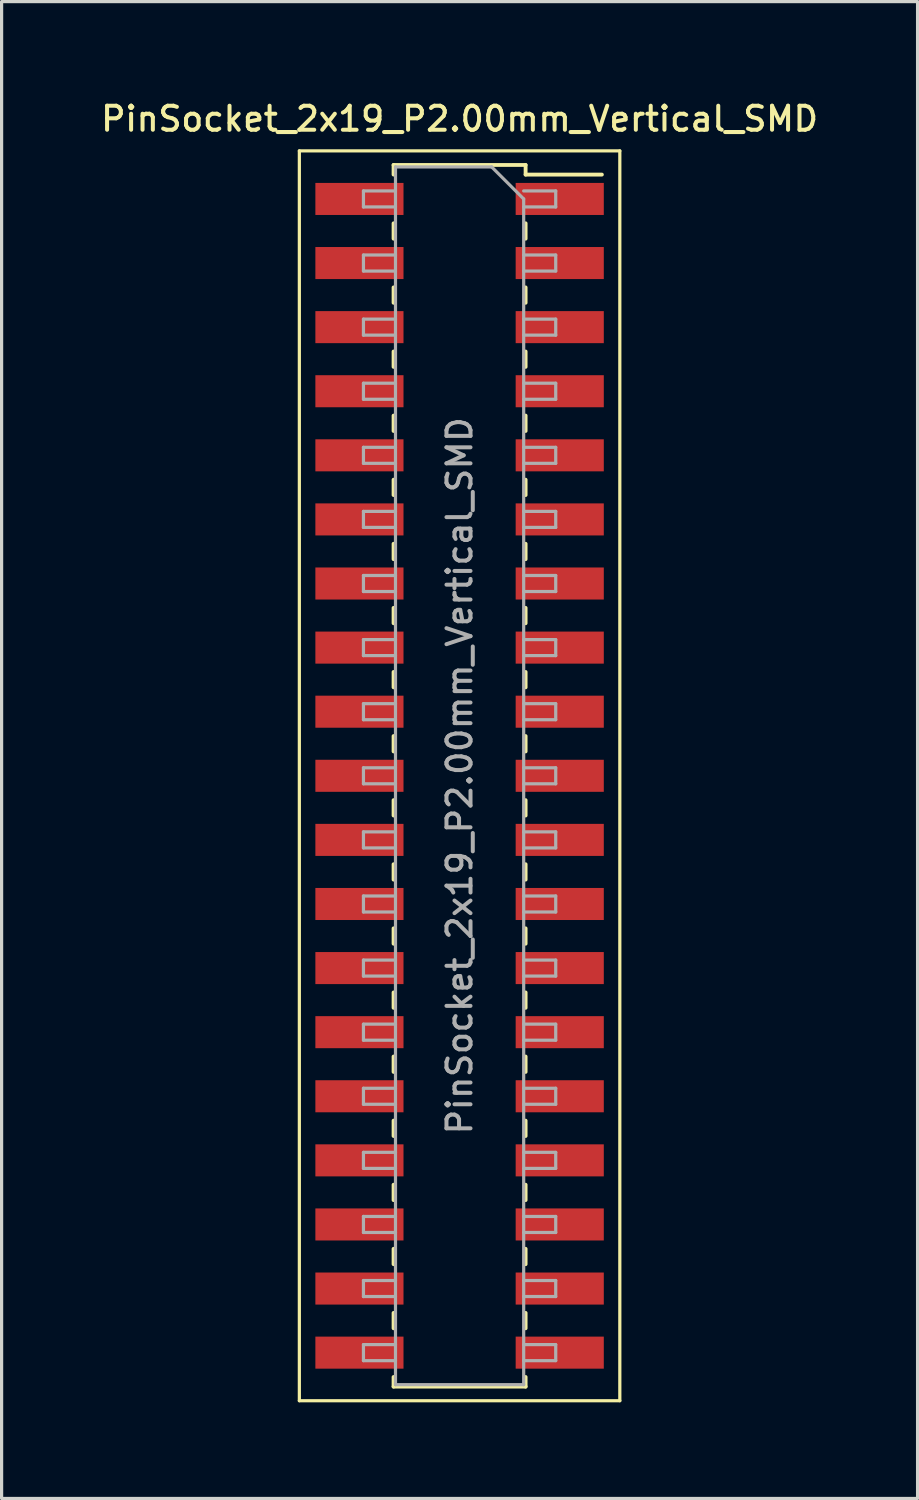
<source format=kicad_pcb>
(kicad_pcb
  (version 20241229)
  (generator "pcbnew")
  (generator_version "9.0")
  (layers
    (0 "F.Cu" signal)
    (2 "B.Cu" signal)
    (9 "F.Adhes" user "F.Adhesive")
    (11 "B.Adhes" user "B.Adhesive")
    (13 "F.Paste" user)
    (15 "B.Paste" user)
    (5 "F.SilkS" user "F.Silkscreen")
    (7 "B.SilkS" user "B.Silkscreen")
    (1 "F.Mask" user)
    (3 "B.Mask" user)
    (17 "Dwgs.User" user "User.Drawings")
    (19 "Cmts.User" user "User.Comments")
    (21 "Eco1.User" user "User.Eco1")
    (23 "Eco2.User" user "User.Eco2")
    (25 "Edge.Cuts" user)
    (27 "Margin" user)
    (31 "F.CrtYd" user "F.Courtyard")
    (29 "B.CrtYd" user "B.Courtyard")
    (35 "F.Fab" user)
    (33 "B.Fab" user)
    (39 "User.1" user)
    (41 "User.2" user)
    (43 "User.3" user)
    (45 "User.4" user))
  (footprint "PinSocket_2x19_P2.00mm_Vertical_SMD"
    (layer "F.Cu")
    (at 11.291 21.158)
    (property "Reference" "PinSocket_2x19_P2.00mm_Vertical_SMD" (at 0 -20.5 0) (layer "F.SilkS") (effects (font (size 0.75 0.75) (thickness 0.125))))
    (attr smd)
    (fp_line (start -5 -19.5) (end 5 -19.5) (stroke (width 0.1) (type solid)) (layer "F.SilkS"))
    (fp_line (start -5 19.5) (end -5 -19.5) (stroke (width 0.1) (type solid)) (layer "F.SilkS"))
    (fp_line (start -2.06 -19.06) (end -2.06 -18.76) (stroke (width 0.12) (type solid)) (layer "F.SilkS"))
    (fp_line (start -2.06 -19.06) (end 2.06 -19.06) (stroke (width 0.12) (type solid)) (layer "F.SilkS"))
    (fp_line (start -2.06 -17.24) (end -2.06 -16.76) (stroke (width 0.12) (type solid)) (layer "F.SilkS"))
    (fp_line (start -2.06 -15.24) (end -2.06 -14.76) (stroke (width 0.12) (type solid)) (layer "F.SilkS"))
    (fp_line (start -2.06 -13.24) (end -2.06 -12.76) (stroke (width 0.12) (type solid)) (layer "F.SilkS"))
    (fp_line (start -2.06 -11.24) (end -2.06 -10.76) (stroke (width 0.12) (type solid)) (layer "F.SilkS"))
    (fp_line (start -2.06 -9.24) (end -2.06 -8.76) (stroke (width 0.12) (type solid)) (layer "F.SilkS"))
    (fp_line (start -2.06 -7.24) (end -2.06 -6.76) (stroke (width 0.12) (type solid)) (layer "F.SilkS"))
    (fp_line (start -2.06 -5.24) (end -2.06 -4.76) (stroke (width 0.12) (type solid)) (layer "F.SilkS"))
    (fp_line (start -2.06 -3.24) (end -2.06 -2.76) (stroke (width 0.12) (type solid)) (layer "F.SilkS"))
    (fp_line (start -2.06 -1.24) (end -2.06 -0.76) (stroke (width 0.12) (type solid)) (layer "F.SilkS"))
    (fp_line (start -2.06 0.76) (end -2.06 1.24) (stroke (width 0.12) (type solid)) (layer "F.SilkS"))
    (fp_line (start -2.06 2.76) (end -2.06 3.24) (stroke (width 0.12) (type solid)) (layer "F.SilkS"))
    (fp_line (start -2.06 4.76) (end -2.06 5.24) (stroke (width 0.12) (type solid)) (layer "F.SilkS"))
    (fp_line (start -2.06 6.76) (end -2.06 7.24) (stroke (width 0.12) (type solid)) (layer "F.SilkS"))
    (fp_line (start -2.06 8.76) (end -2.06 9.24) (stroke (width 0.12) (type solid)) (layer "F.SilkS"))
    (fp_line (start -2.06 10.76) (end -2.06 11.24) (stroke (width 0.12) (type solid)) (layer "F.SilkS"))
    (fp_line (start -2.06 12.76) (end -2.06 13.24) (stroke (width 0.12) (type solid)) (layer "F.SilkS"))
    (fp_line (start -2.06 14.76) (end -2.06 15.24) (stroke (width 0.12) (type solid)) (layer "F.SilkS"))
    (fp_line (start -2.06 16.76) (end -2.06 17.24) (stroke (width 0.12) (type solid)) (layer "F.SilkS"))
    (fp_line (start -2.06 18.76) (end -2.06 19.06) (stroke (width 0.12) (type solid)) (layer "F.SilkS"))
    (fp_line (start -2.06 19.06) (end 2.06 19.06) (stroke (width 0.12) (type solid)) (layer "F.SilkS"))
    (fp_line (start 2.06 -19.06) (end 2.06 -18.76) (stroke (width 0.12) (type solid)) (layer "F.SilkS"))
    (fp_line (start 2.06 -18.76) (end 4.44 -18.76) (stroke (width 0.12) (type solid)) (layer "F.SilkS"))
    (fp_line (start 2.06 -17.24) (end 2.06 -16.76) (stroke (width 0.12) (type solid)) (layer "F.SilkS"))
    (fp_line (start 2.06 -15.24) (end 2.06 -14.76) (stroke (width 0.12) (type solid)) (layer "F.SilkS"))
    (fp_line (start 2.06 -13.24) (end 2.06 -12.76) (stroke (width 0.12) (type solid)) (layer "F.SilkS"))
    (fp_line (start 2.06 -11.24) (end 2.06 -10.76) (stroke (width 0.12) (type solid)) (layer "F.SilkS"))
    (fp_line (start 2.06 -9.24) (end 2.06 -8.76) (stroke (width 0.12) (type solid)) (layer "F.SilkS"))
    (fp_line (start 2.06 -7.24) (end 2.06 -6.76) (stroke (width 0.12) (type solid)) (layer "F.SilkS"))
    (fp_line (start 2.06 -5.24) (end 2.06 -4.76) (stroke (width 0.12) (type solid)) (layer "F.SilkS"))
    (fp_line (start 2.06 -3.24) (end 2.06 -2.76) (stroke (width 0.12) (type solid)) (layer "F.SilkS"))
    (fp_line (start 2.06 -1.24) (end 2.06 -0.76) (stroke (width 0.12) (type solid)) (layer "F.SilkS"))
    (fp_line (start 2.06 0.76) (end 2.06 1.24) (stroke (width 0.12) (type solid)) (layer "F.SilkS"))
    (fp_line (start 2.06 2.76) (end 2.06 3.24) (stroke (width 0.12) (type solid)) (layer "F.SilkS"))
    (fp_line (start 2.06 4.76) (end 2.06 5.24) (stroke (width 0.12) (type solid)) (layer "F.SilkS"))
    (fp_line (start 2.06 6.76) (end 2.06 7.24) (stroke (width 0.12) (type solid)) (layer "F.SilkS"))
    (fp_line (start 2.06 8.76) (end 2.06 9.24) (stroke (width 0.12) (type solid)) (layer "F.SilkS"))
    (fp_line (start 2.06 10.76) (end 2.06 11.24) (stroke (width 0.12) (type solid)) (layer "F.SilkS"))
    (fp_line (start 2.06 12.76) (end 2.06 13.24) (stroke (width 0.12) (type solid)) (layer "F.SilkS"))
    (fp_line (start 2.06 14.76) (end 2.06 15.24) (stroke (width 0.12) (type solid)) (layer "F.SilkS"))
    (fp_line (start 2.06 16.76) (end 2.06 17.24) (stroke (width 0.12) (type solid)) (layer "F.SilkS"))
    (fp_line (start 2.06 18.76) (end 2.06 19.06) (stroke (width 0.12) (type solid)) (layer "F.SilkS"))
    (fp_line (start 5 -19.5) (end 5 19.5) (stroke (width 0.1) (type solid)) (layer "F.SilkS"))
    (fp_line (start 5 19.5) (end -5 19.5) (stroke (width 0.1) (type solid)) (layer "F.SilkS"))
    (fp_line (start -3 -18.25) (end -2 -18.25) (stroke (width 0.1) (type solid)) (layer "F.Fab"))
    (fp_line (start -3 -17.75) (end -3 -18.25) (stroke (width 0.1) (type solid)) (layer "F.Fab"))
    (fp_line (start -3 -16.25) (end -2 -16.25) (stroke (width 0.1) (type solid)) (layer "F.Fab"))
    (fp_line (start -3 -15.75) (end -3 -16.25) (stroke (width 0.1) (type solid)) (layer "F.Fab"))
    (fp_line (start -3 -14.25) (end -2 -14.25) (stroke (width 0.1) (type solid)) (layer "F.Fab"))
    (fp_line (start -3 -13.75) (end -3 -14.25) (stroke (width 0.1) (type solid)) (layer "F.Fab"))
    (fp_line (start -3 -12.25) (end -2 -12.25) (stroke (width 0.1) (type solid)) (layer "F.Fab"))
    (fp_line (start -3 -11.75) (end -3 -12.25) (stroke (width 0.1) (type solid)) (layer "F.Fab"))
    (fp_line (start -3 -10.25) (end -2 -10.25) (stroke (width 0.1) (type solid)) (layer "F.Fab"))
    (fp_line (start -3 -9.75) (end -3 -10.25) (stroke (width 0.1) (type solid)) (layer "F.Fab"))
    (fp_line (start -3 -8.25) (end -2 -8.25) (stroke (width 0.1) (type solid)) (layer "F.Fab"))
    (fp_line (start -3 -7.75) (end -3 -8.25) (stroke (width 0.1) (type solid)) (layer "F.Fab"))
    (fp_line (start -3 -6.25) (end -2 -6.25) (stroke (width 0.1) (type solid)) (layer "F.Fab"))
    (fp_line (start -3 -5.75) (end -3 -6.25) (stroke (width 0.1) (type solid)) (layer "F.Fab"))
    (fp_line (start -3 -4.25) (end -2 -4.25) (stroke (width 0.1) (type solid)) (layer "F.Fab"))
    (fp_line (start -3 -3.75) (end -3 -4.25) (stroke (width 0.1) (type solid)) (layer "F.Fab"))
    (fp_line (start -3 -2.25) (end -2 -2.25) (stroke (width 0.1) (type solid)) (layer "F.Fab"))
    (fp_line (start -3 -1.75) (end -3 -2.25) (stroke (width 0.1) (type solid)) (layer "F.Fab"))
    (fp_line (start -3 -0.25) (end -2 -0.25) (stroke (width 0.1) (type solid)) (layer "F.Fab"))
    (fp_line (start -3 0.25) (end -3 -0.25) (stroke (width 0.1) (type solid)) (layer "F.Fab"))
    (fp_line (start -3 1.75) (end -2 1.75) (stroke (width 0.1) (type solid)) (layer "F.Fab"))
    (fp_line (start -3 2.25) (end -3 1.75) (stroke (width 0.1) (type solid)) (layer "F.Fab"))
    (fp_line (start -3 3.75) (end -2 3.75) (stroke (width 0.1) (type solid)) (layer "F.Fab"))
    (fp_line (start -3 4.25) (end -3 3.75) (stroke (width 0.1) (type solid)) (layer "F.Fab"))
    (fp_line (start -3 5.75) (end -2 5.75) (stroke (width 0.1) (type solid)) (layer "F.Fab"))
    (fp_line (start -3 6.25) (end -3 5.75) (stroke (width 0.1) (type solid)) (layer "F.Fab"))
    (fp_line (start -3 7.75) (end -2 7.75) (stroke (width 0.1) (type solid)) (layer "F.Fab"))
    (fp_line (start -3 8.25) (end -3 7.75) (stroke (width 0.1) (type solid)) (layer "F.Fab"))
    (fp_line (start -3 9.75) (end -2 9.75) (stroke (width 0.1) (type solid)) (layer "F.Fab"))
    (fp_line (start -3 10.25) (end -3 9.75) (stroke (width 0.1) (type solid)) (layer "F.Fab"))
    (fp_line (start -3 11.75) (end -2 11.75) (stroke (width 0.1) (type solid)) (layer "F.Fab"))
    (fp_line (start -3 12.25) (end -3 11.75) (stroke (width 0.1) (type solid)) (layer "F.Fab"))
    (fp_line (start -3 13.75) (end -2 13.75) (stroke (width 0.1) (type solid)) (layer "F.Fab"))
    (fp_line (start -3 14.25) (end -3 13.75) (stroke (width 0.1) (type solid)) (layer "F.Fab"))
    (fp_line (start -3 15.75) (end -2 15.75) (stroke (width 0.1) (type solid)) (layer "F.Fab"))
    (fp_line (start -3 16.25) (end -3 15.75) (stroke (width 0.1) (type solid)) (layer "F.Fab"))
    (fp_line (start -3 17.75) (end -2 17.75) (stroke (width 0.1) (type solid)) (layer "F.Fab"))
    (fp_line (start -3 18.25) (end -3 17.75) (stroke (width 0.1) (type solid)) (layer "F.Fab"))
    (fp_line (start -2 -19) (end 1 -19) (stroke (width 0.1) (type solid)) (layer "F.Fab"))
    (fp_line (start -2 -17.75) (end -3 -17.75) (stroke (width 0.1) (type solid)) (layer "F.Fab"))
    (fp_line (start -2 -15.75) (end -3 -15.75) (stroke (width 0.1) (type solid)) (layer "F.Fab"))
    (fp_line (start -2 -13.75) (end -3 -13.75) (stroke (width 0.1) (type solid)) (layer "F.Fab"))
    (fp_line (start -2 -11.75) (end -3 -11.75) (stroke (width 0.1) (type solid)) (layer "F.Fab"))
    (fp_line (start -2 -9.75) (end -3 -9.75) (stroke (width 0.1) (type solid)) (layer "F.Fab"))
    (fp_line (start -2 -7.75) (end -3 -7.75) (stroke (width 0.1) (type solid)) (layer "F.Fab"))
    (fp_line (start -2 -5.75) (end -3 -5.75) (stroke (width 0.1) (type solid)) (layer "F.Fab"))
    (fp_line (start -2 -3.75) (end -3 -3.75) (stroke (width 0.1) (type solid)) (layer "F.Fab"))
    (fp_line (start -2 -1.75) (end -3 -1.75) (stroke (width 0.1) (type solid)) (layer "F.Fab"))
    (fp_line (start -2 0.25) (end -3 0.25) (stroke (width 0.1) (type solid)) (layer "F.Fab"))
    (fp_line (start -2 2.25) (end -3 2.25) (stroke (width 0.1) (type solid)) (layer "F.Fab"))
    (fp_line (start -2 4.25) (end -3 4.25) (stroke (width 0.1) (type solid)) (layer "F.Fab"))
    (fp_line (start -2 6.25) (end -3 6.25) (stroke (width 0.1) (type solid)) (layer "F.Fab"))
    (fp_line (start -2 8.25) (end -3 8.25) (stroke (width 0.1) (type solid)) (layer "F.Fab"))
    (fp_line (start -2 10.25) (end -3 10.25) (stroke (width 0.1) (type solid)) (layer "F.Fab"))
    (fp_line (start -2 12.25) (end -3 12.25) (stroke (width 0.1) (type solid)) (layer "F.Fab"))
    (fp_line (start -2 14.25) (end -3 14.25) (stroke (width 0.1) (type solid)) (layer "F.Fab"))
    (fp_line (start -2 16.25) (end -3 16.25) (stroke (width 0.1) (type solid)) (layer "F.Fab"))
    (fp_line (start -2 18.25) (end -3 18.25) (stroke (width 0.1) (type solid)) (layer "F.Fab"))
    (fp_line (start -2 19) (end -2 -19) (stroke (width 0.1) (type solid)) (layer "F.Fab"))
    (fp_line (start 1 -19) (end 2 -18) (stroke (width 0.1) (type solid)) (layer "F.Fab"))
    (fp_line (start 2 -18.25) (end 3 -18.25) (stroke (width 0.1) (type solid)) (layer "F.Fab"))
    (fp_line (start 2 -18) (end 2 19) (stroke (width 0.1) (type solid)) (layer "F.Fab"))
    (fp_line (start 2 -16.25) (end 3 -16.25) (stroke (width 0.1) (type solid)) (layer "F.Fab"))
    (fp_line (start 2 -14.25) (end 3 -14.25) (stroke (width 0.1) (type solid)) (layer "F.Fab"))
    (fp_line (start 2 -12.25) (end 3 -12.25) (stroke (width 0.1) (type solid)) (layer "F.Fab"))
    (fp_line (start 2 -10.25) (end 3 -10.25) (stroke (width 0.1) (type solid)) (layer "F.Fab"))
    (fp_line (start 2 -8.25) (end 3 -8.25) (stroke (width 0.1) (type solid)) (layer "F.Fab"))
    (fp_line (start 2 -6.25) (end 3 -6.25) (stroke (width 0.1) (type solid)) (layer "F.Fab"))
    (fp_line (start 2 -4.25) (end 3 -4.25) (stroke (width 0.1) (type solid)) (layer "F.Fab"))
    (fp_line (start 2 -2.25) (end 3 -2.25) (stroke (width 0.1) (type solid)) (layer "F.Fab"))
    (fp_line (start 2 -0.25) (end 3 -0.25) (stroke (width 0.1) (type solid)) (layer "F.Fab"))
    (fp_line (start 2 1.75) (end 3 1.75) (stroke (width 0.1) (type solid)) (layer "F.Fab"))
    (fp_line (start 2 3.75) (end 3 3.75) (stroke (width 0.1) (type solid)) (layer "F.Fab"))
    (fp_line (start 2 5.75) (end 3 5.75) (stroke (width 0.1) (type solid)) (layer "F.Fab"))
    (fp_line (start 2 7.75) (end 3 7.75) (stroke (width 0.1) (type solid)) (layer "F.Fab"))
    (fp_line (start 2 9.75) (end 3 9.75) (stroke (width 0.1) (type solid)) (layer "F.Fab"))
    (fp_line (start 2 11.75) (end 3 11.75) (stroke (width 0.1) (type solid)) (layer "F.Fab"))
    (fp_line (start 2 13.75) (end 3 13.75) (stroke (width 0.1) (type solid)) (layer "F.Fab"))
    (fp_line (start 2 15.75) (end 3 15.75) (stroke (width 0.1) (type solid)) (layer "F.Fab"))
    (fp_line (start 2 17.75) (end 3 17.75) (stroke (width 0.1) (type solid)) (layer "F.Fab"))
    (fp_line (start 2 19) (end -2 19) (stroke (width 0.1) (type solid)) (layer "F.Fab"))
    (fp_line (start 3 -18.25) (end 3 -17.75) (stroke (width 0.1) (type solid)) (layer "F.Fab"))
    (fp_line (start 3 -17.75) (end 2 -17.75) (stroke (width 0.1) (type solid)) (layer "F.Fab"))
    (fp_line (start 3 -16.25) (end 3 -15.75) (stroke (width 0.1) (type solid)) (layer "F.Fab"))
    (fp_line (start 3 -15.75) (end 2 -15.75) (stroke (width 0.1) (type solid)) (layer "F.Fab"))
    (fp_line (start 3 -14.25) (end 3 -13.75) (stroke (width 0.1) (type solid)) (layer "F.Fab"))
    (fp_line (start 3 -13.75) (end 2 -13.75) (stroke (width 0.1) (type solid)) (layer "F.Fab"))
    (fp_line (start 3 -12.25) (end 3 -11.75) (stroke (width 0.1) (type solid)) (layer "F.Fab"))
    (fp_line (start 3 -11.75) (end 2 -11.75) (stroke (width 0.1) (type solid)) (layer "F.Fab"))
    (fp_line (start 3 -10.25) (end 3 -9.75) (stroke (width 0.1) (type solid)) (layer "F.Fab"))
    (fp_line (start 3 -9.75) (end 2 -9.75) (stroke (width 0.1) (type solid)) (layer "F.Fab"))
    (fp_line (start 3 -8.25) (end 3 -7.75) (stroke (width 0.1) (type solid)) (layer "F.Fab"))
    (fp_line (start 3 -7.75) (end 2 -7.75) (stroke (width 0.1) (type solid)) (layer "F.Fab"))
    (fp_line (start 3 -6.25) (end 3 -5.75) (stroke (width 0.1) (type solid)) (layer "F.Fab"))
    (fp_line (start 3 -5.75) (end 2 -5.75) (stroke (width 0.1) (type solid)) (layer "F.Fab"))
    (fp_line (start 3 -4.25) (end 3 -3.75) (stroke (width 0.1) (type solid)) (layer "F.Fab"))
    (fp_line (start 3 -3.75) (end 2 -3.75) (stroke (width 0.1) (type solid)) (layer "F.Fab"))
    (fp_line (start 3 -2.25) (end 3 -1.75) (stroke (width 0.1) (type solid)) (layer "F.Fab"))
    (fp_line (start 3 -1.75) (end 2 -1.75) (stroke (width 0.1) (type solid)) (layer "F.Fab"))
    (fp_line (start 3 -0.25) (end 3 0.25) (stroke (width 0.1) (type solid)) (layer "F.Fab"))
    (fp_line (start 3 0.25) (end 2 0.25) (stroke (width 0.1) (type solid)) (layer "F.Fab"))
    (fp_line (start 3 1.75) (end 3 2.25) (stroke (width 0.1) (type solid)) (layer "F.Fab"))
    (fp_line (start 3 2.25) (end 2 2.25) (stroke (width 0.1) (type solid)) (layer "F.Fab"))
    (fp_line (start 3 3.75) (end 3 4.25) (stroke (width 0.1) (type solid)) (layer "F.Fab"))
    (fp_line (start 3 4.25) (end 2 4.25) (stroke (width 0.1) (type solid)) (layer "F.Fab"))
    (fp_line (start 3 5.75) (end 3 6.25) (stroke (width 0.1) (type solid)) (layer "F.Fab"))
    (fp_line (start 3 6.25) (end 2 6.25) (stroke (width 0.1) (type solid)) (layer "F.Fab"))
    (fp_line (start 3 7.75) (end 3 8.25) (stroke (width 0.1) (type solid)) (layer "F.Fab"))
    (fp_line (start 3 8.25) (end 2 8.25) (stroke (width 0.1) (type solid)) (layer "F.Fab"))
    (fp_line (start 3 9.75) (end 3 10.25) (stroke (width 0.1) (type solid)) (layer "F.Fab"))
    (fp_line (start 3 10.25) (end 2 10.25) (stroke (width 0.1) (type solid)) (layer "F.Fab"))
    (fp_line (start 3 11.75) (end 3 12.25) (stroke (width 0.1) (type solid)) (layer "F.Fab"))
    (fp_line (start 3 12.25) (end 2 12.25) (stroke (width 0.1) (type solid)) (layer "F.Fab"))
    (fp_line (start 3 13.75) (end 3 14.25) (stroke (width 0.1) (type solid)) (layer "F.Fab"))
    (fp_line (start 3 14.25) (end 2 14.25) (stroke (width 0.1) (type solid)) (layer "F.Fab"))
    (fp_line (start 3 15.75) (end 3 16.25) (stroke (width 0.1) (type solid)) (layer "F.Fab"))
    (fp_line (start 3 16.25) (end 2 16.25) (stroke (width 0.1) (type solid)) (layer "F.Fab"))
    (fp_line (start 3 17.75) (end 3 18.25) (stroke (width 0.1) (type solid)) (layer "F.Fab"))
    (fp_line (start 3 18.25) (end 2 18.25) (stroke (width 0.1) (type solid)) (layer "F.Fab"))
    (fp_text user "${REFERENCE}" (at 0 0 90) (layer "F.Fab") (effects (font (size 0.75 0.75) (thickness 0.125))))
    (pad "1" smd rect (at 3.125 -18) (size 2.75 1) (layers "F.Cu" "F.Mask" "F.Paste"))
    (pad "2" smd rect (at -3.125 -18) (size 2.75 1) (layers "F.Cu" "F.Mask" "F.Paste"))
    (pad "3" smd rect (at 3.125 -16) (size 2.75 1) (layers "F.Cu" "F.Mask" "F.Paste"))
    (pad "4" smd rect (at -3.125 -16) (size 2.75 1) (layers "F.Cu" "F.Mask" "F.Paste"))
    (pad "5" smd rect (at 3.125 -14) (size 2.75 1) (layers "F.Cu" "F.Mask" "F.Paste"))
    (pad "6" smd rect (at -3.125 -14) (size 2.75 1) (layers "F.Cu" "F.Mask" "F.Paste"))
    (pad "7" smd rect (at 3.125 -12) (size 2.75 1) (layers "F.Cu" "F.Mask" "F.Paste"))
    (pad "8" smd rect (at -3.125 -12) (size 2.75 1) (layers "F.Cu" "F.Mask" "F.Paste"))
    (pad "9" smd rect (at 3.125 -10) (size 2.75 1) (layers "F.Cu" "F.Mask" "F.Paste"))
    (pad "10" smd rect (at -3.125 -10) (size 2.75 1) (layers "F.Cu" "F.Mask" "F.Paste"))
    (pad "11" smd rect (at 3.125 -8) (size 2.75 1) (layers "F.Cu" "F.Mask" "F.Paste"))
    (pad "12" smd rect (at -3.125 -8) (size 2.75 1) (layers "F.Cu" "F.Mask" "F.Paste"))
    (pad "13" smd rect (at 3.125 -6) (size 2.75 1) (layers "F.Cu" "F.Mask" "F.Paste"))
    (pad "14" smd rect (at -3.125 -6) (size 2.75 1) (layers "F.Cu" "F.Mask" "F.Paste"))
    (pad "15" smd rect (at 3.125 -4) (size 2.75 1) (layers "F.Cu" "F.Mask" "F.Paste"))
    (pad "16" smd rect (at -3.125 -4) (size 2.75 1) (layers "F.Cu" "F.Mask" "F.Paste"))
    (pad "17" smd rect (at 3.125 -2) (size 2.75 1) (layers "F.Cu" "F.Mask" "F.Paste"))
    (pad "18" smd rect (at -3.125 -2) (size 2.75 1) (layers "F.Cu" "F.Mask" "F.Paste"))
    (pad "19" smd rect (at 3.125 0) (size 2.75 1) (layers "F.Cu" "F.Mask" "F.Paste"))
    (pad "20" smd rect (at -3.125 0) (size 2.75 1) (layers "F.Cu" "F.Mask" "F.Paste"))
    (pad "21" smd rect (at 3.125 2) (size 2.75 1) (layers "F.Cu" "F.Mask" "F.Paste"))
    (pad "22" smd rect (at -3.125 2) (size 2.75 1) (layers "F.Cu" "F.Mask" "F.Paste"))
    (pad "23" smd rect (at 3.125 4) (size 2.75 1) (layers "F.Cu" "F.Mask" "F.Paste"))
    (pad "24" smd rect (at -3.125 4) (size 2.75 1) (layers "F.Cu" "F.Mask" "F.Paste"))
    (pad "25" smd rect (at 3.125 6) (size 2.75 1) (layers "F.Cu" "F.Mask" "F.Paste"))
    (pad "26" smd rect (at -3.125 6) (size 2.75 1) (layers "F.Cu" "F.Mask" "F.Paste"))
    (pad "27" smd rect (at 3.125 8) (size 2.75 1) (layers "F.Cu" "F.Mask" "F.Paste"))
    (pad "28" smd rect (at -3.125 8) (size 2.75 1) (layers "F.Cu" "F.Mask" "F.Paste"))
    (pad "29" smd rect (at 3.125 10) (size 2.75 1) (layers "F.Cu" "F.Mask" "F.Paste"))
    (pad "30" smd rect (at -3.125 10) (size 2.75 1) (layers "F.Cu" "F.Mask" "F.Paste"))
    (pad "31" smd rect (at 3.125 12) (size 2.75 1) (layers "F.Cu" "F.Mask" "F.Paste"))
    (pad "32" smd rect (at -3.125 12) (size 2.75 1) (layers "F.Cu" "F.Mask" "F.Paste"))
    (pad "33" smd rect (at 3.125 14) (size 2.75 1) (layers "F.Cu" "F.Mask" "F.Paste"))
    (pad "34" smd rect (at -3.125 14) (size 2.75 1) (layers "F.Cu" "F.Mask" "F.Paste"))
    (pad "35" smd rect (at 3.125 16) (size 2.75 1) (layers "F.Cu" "F.Mask" "F.Paste"))
    (pad "36" smd rect (at -3.125 16) (size 2.75 1) (layers "F.Cu" "F.Mask" "F.Paste"))
    (pad "37" smd rect (at 3.125 18) (size 2.75 1) (layers "F.Cu" "F.Mask" "F.Paste"))
    (pad "38" smd rect (at -3.125 18) (size 2.75 1) (layers "F.Cu" "F.Mask" "F.Paste")))
  (gr_rect
    (start -3 -3)
    (end 25.582 43.708)
    (stroke (width 0.1) (type default))
    (fill no)
    (layer "Edge.Cuts")))
</source>
